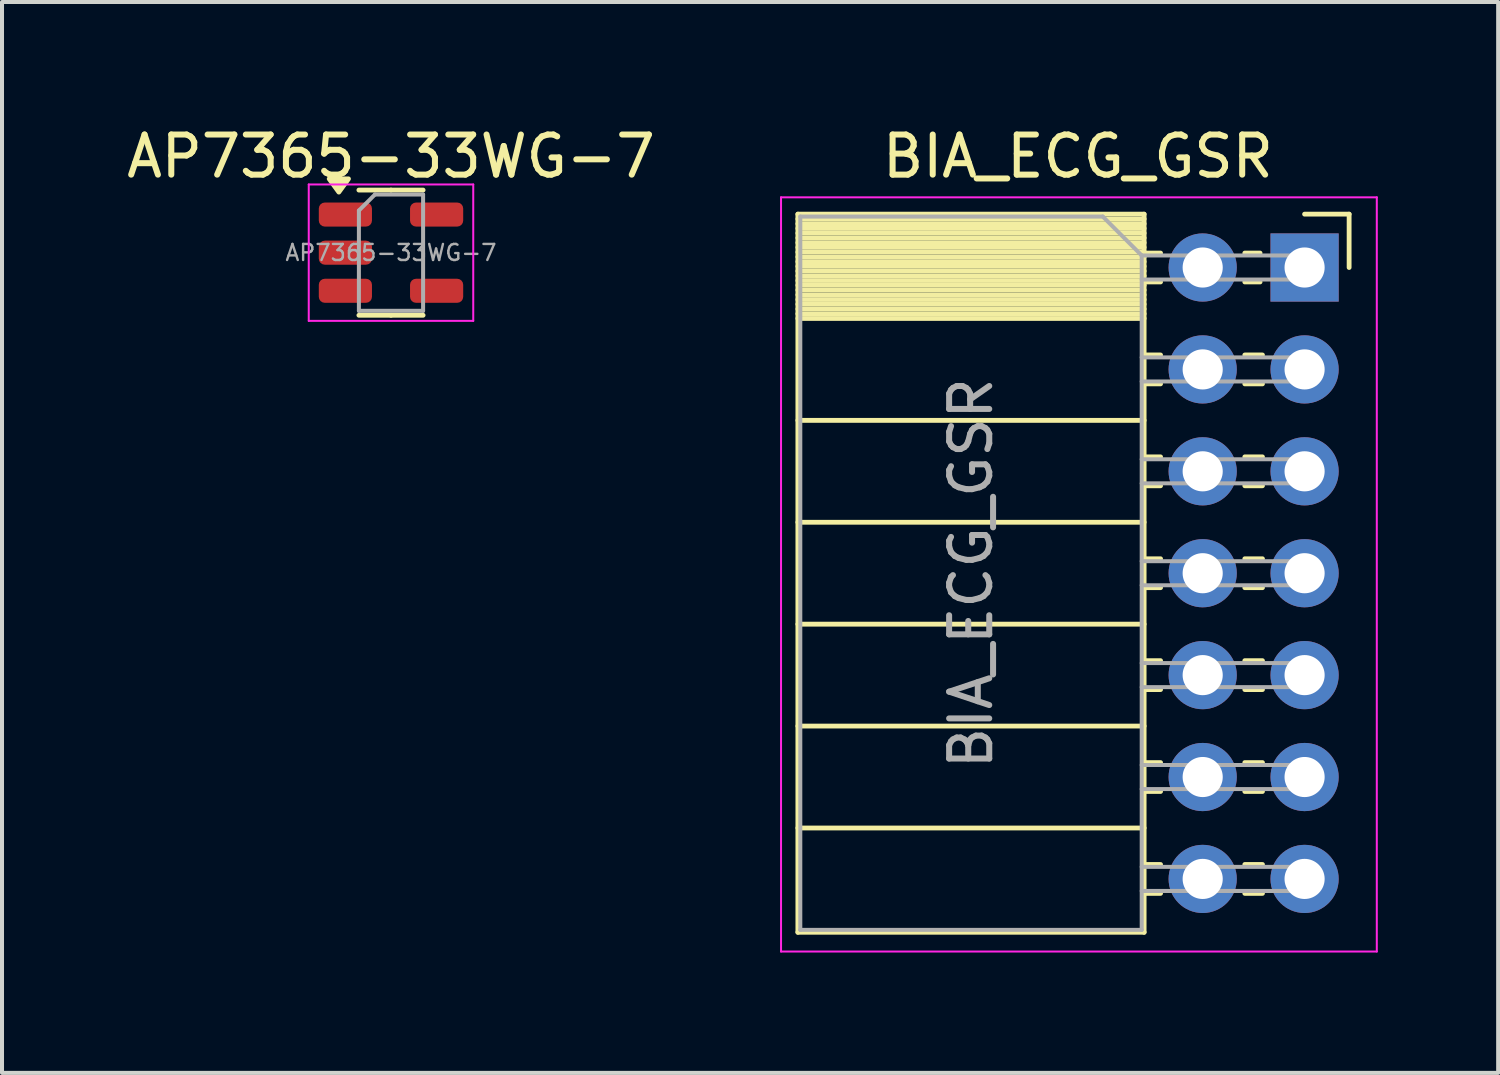
<source format=kicad_pcb>
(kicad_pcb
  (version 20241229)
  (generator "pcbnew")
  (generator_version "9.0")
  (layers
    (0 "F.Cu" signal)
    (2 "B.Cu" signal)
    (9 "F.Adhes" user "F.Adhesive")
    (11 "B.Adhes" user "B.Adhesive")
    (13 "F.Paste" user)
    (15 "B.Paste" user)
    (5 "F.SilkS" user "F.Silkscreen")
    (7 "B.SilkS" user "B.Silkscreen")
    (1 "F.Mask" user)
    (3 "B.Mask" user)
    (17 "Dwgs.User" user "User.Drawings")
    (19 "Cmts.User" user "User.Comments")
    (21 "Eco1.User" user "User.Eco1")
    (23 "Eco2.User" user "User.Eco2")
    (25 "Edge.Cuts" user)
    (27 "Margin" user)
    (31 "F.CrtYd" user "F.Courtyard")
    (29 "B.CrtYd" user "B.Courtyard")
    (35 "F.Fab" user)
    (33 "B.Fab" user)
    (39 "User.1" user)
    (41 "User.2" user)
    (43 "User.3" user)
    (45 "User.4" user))
  (footprint "BIA_ECG_GSR"
    (layer "F.Cu")
    (at 29.468 3.618)
    (property "Reference" "BIA_ECG_GSR" (at -5.65 -2.77 0) (layer "F.SilkS") (effects (font (size 1 1) (thickness 0.15))))
    (attr through_hole)
    (fp_line (start -12.63 -1.33) (end -12.63 16.57) (stroke (width 0.12) (type solid)) (layer "F.SilkS"))
    (fp_line (start -12.63 -1.33) (end -4 -1.33) (stroke (width 0.12) (type solid)) (layer "F.SilkS"))
    (fp_line (start -12.63 -1.21) (end -4 -1.21) (stroke (width 0.12) (type solid)) (layer "F.SilkS"))
    (fp_line (start -12.63 -1.092) (end -4 -1.092) (stroke (width 0.12) (type solid)) (layer "F.SilkS"))
    (fp_line (start -12.63 -0.974) (end -4 -0.974) (stroke (width 0.12) (type solid)) (layer "F.SilkS"))
    (fp_line (start -12.63 -0.856) (end -4 -0.856) (stroke (width 0.12) (type solid)) (layer "F.SilkS"))
    (fp_line (start -12.63 -0.738) (end -4 -0.738) (stroke (width 0.12) (type solid)) (layer "F.SilkS"))
    (fp_line (start -12.63 -0.62) (end -4 -0.62) (stroke (width 0.12) (type solid)) (layer "F.SilkS"))
    (fp_line (start -12.63 -0.501) (end -4 -0.501) (stroke (width 0.12) (type solid)) (layer "F.SilkS"))
    (fp_line (start -12.63 -0.383) (end -4 -0.383) (stroke (width 0.12) (type solid)) (layer "F.SilkS"))
    (fp_line (start -12.63 -0.265) (end -4 -0.265) (stroke (width 0.12) (type solid)) (layer "F.SilkS"))
    (fp_line (start -12.63 -0.147) (end -4 -0.147) (stroke (width 0.12) (type solid)) (layer "F.SilkS"))
    (fp_line (start -12.63 -0.029) (end -4 -0.029) (stroke (width 0.12) (type solid)) (layer "F.SilkS"))
    (fp_line (start -12.63 0.089) (end -4 0.089) (stroke (width 0.12) (type solid)) (layer "F.SilkS"))
    (fp_line (start -12.63 0.207) (end -4 0.207) (stroke (width 0.12) (type solid)) (layer "F.SilkS"))
    (fp_line (start -12.63 0.325) (end -4 0.325) (stroke (width 0.12) (type solid)) (layer "F.SilkS"))
    (fp_line (start -12.63 0.443) (end -4 0.443) (stroke (width 0.12) (type solid)) (layer "F.SilkS"))
    (fp_line (start -12.63 0.561) (end -4 0.561) (stroke (width 0.12) (type solid)) (layer "F.SilkS"))
    (fp_line (start -12.63 0.68) (end -4 0.68) (stroke (width 0.12) (type solid)) (layer "F.SilkS"))
    (fp_line (start -12.63 0.798) (end -4 0.798) (stroke (width 0.12) (type solid)) (layer "F.SilkS"))
    (fp_line (start -12.63 0.916) (end -4 0.916) (stroke (width 0.12) (type solid)) (layer "F.SilkS"))
    (fp_line (start -12.63 1.034) (end -4 1.034) (stroke (width 0.12) (type solid)) (layer "F.SilkS"))
    (fp_line (start -12.63 1.152) (end -4 1.152) (stroke (width 0.12) (type solid)) (layer "F.SilkS"))
    (fp_line (start -12.63 1.27) (end -4 1.27) (stroke (width 0.12) (type solid)) (layer "F.SilkS"))
    (fp_line (start -12.63 3.81) (end -4 3.81) (stroke (width 0.12) (type solid)) (layer "F.SilkS"))
    (fp_line (start -12.63 6.35) (end -4 6.35) (stroke (width 0.12) (type solid)) (layer "F.SilkS"))
    (fp_line (start -12.63 8.89) (end -4 8.89) (stroke (width 0.12) (type solid)) (layer "F.SilkS"))
    (fp_line (start -12.63 11.43) (end -4 11.43) (stroke (width 0.12) (type solid)) (layer "F.SilkS"))
    (fp_line (start -12.63 13.97) (end -4 13.97) (stroke (width 0.12) (type solid)) (layer "F.SilkS"))
    (fp_line (start -12.63 16.57) (end -4 16.57) (stroke (width 0.12) (type solid)) (layer "F.SilkS"))
    (fp_line (start -4 -1.33) (end -4 16.57) (stroke (width 0.12) (type solid)) (layer "F.SilkS"))
    (fp_line (start -4 -0.36) (end -3.59 -0.36) (stroke (width 0.12) (type solid)) (layer "F.SilkS"))
    (fp_line (start -4 0.36) (end -3.59 0.36) (stroke (width 0.12) (type solid)) (layer "F.SilkS"))
    (fp_line (start -4 2.18) (end -3.59 2.18) (stroke (width 0.12) (type solid)) (layer "F.SilkS"))
    (fp_line (start -4 2.9) (end -3.59 2.9) (stroke (width 0.12) (type solid)) (layer "F.SilkS"))
    (fp_line (start -4 4.72) (end -3.59 4.72) (stroke (width 0.12) (type solid)) (layer "F.SilkS"))
    (fp_line (start -4 5.44) (end -3.59 5.44) (stroke (width 0.12) (type solid)) (layer "F.SilkS"))
    (fp_line (start -4 7.26) (end -3.59 7.26) (stroke (width 0.12) (type solid)) (layer "F.SilkS"))
    (fp_line (start -4 7.98) (end -3.59 7.98) (stroke (width 0.12) (type solid)) (layer "F.SilkS"))
    (fp_line (start -4 9.8) (end -3.59 9.8) (stroke (width 0.12) (type solid)) (layer "F.SilkS"))
    (fp_line (start -4 10.52) (end -3.59 10.52) (stroke (width 0.12) (type solid)) (layer "F.SilkS"))
    (fp_line (start -4 12.34) (end -3.59 12.34) (stroke (width 0.12) (type solid)) (layer "F.SilkS"))
    (fp_line (start -4 13.06) (end -3.59 13.06) (stroke (width 0.12) (type solid)) (layer "F.SilkS"))
    (fp_line (start -4 14.88) (end -3.59 14.88) (stroke (width 0.12) (type solid)) (layer "F.SilkS"))
    (fp_line (start -4 15.6) (end -3.59 15.6) (stroke (width 0.12) (type solid)) (layer "F.SilkS"))
    (fp_line (start -1.49 -0.36) (end -1.11 -0.36) (stroke (width 0.12) (type solid)) (layer "F.SilkS"))
    (fp_line (start -1.49 0.36) (end -1.11 0.36) (stroke (width 0.12) (type solid)) (layer "F.SilkS"))
    (fp_line (start -1.49 2.18) (end -1.05 2.18) (stroke (width 0.12) (type solid)) (layer "F.SilkS"))
    (fp_line (start -1.49 2.9) (end -1.05 2.9) (stroke (width 0.12) (type solid)) (layer "F.SilkS"))
    (fp_line (start -1.49 4.72) (end -1.05 4.72) (stroke (width 0.12) (type solid)) (layer "F.SilkS"))
    (fp_line (start -1.49 5.44) (end -1.05 5.44) (stroke (width 0.12) (type solid)) (layer "F.SilkS"))
    (fp_line (start -1.49 7.26) (end -1.05 7.26) (stroke (width 0.12) (type solid)) (layer "F.SilkS"))
    (fp_line (start -1.49 7.98) (end -1.05 7.98) (stroke (width 0.12) (type solid)) (layer "F.SilkS"))
    (fp_line (start -1.49 9.8) (end -1.05 9.8) (stroke (width 0.12) (type solid)) (layer "F.SilkS"))
    (fp_line (start -1.49 10.52) (end -1.05 10.52) (stroke (width 0.12) (type solid)) (layer "F.SilkS"))
    (fp_line (start -1.49 12.34) (end -1.05 12.34) (stroke (width 0.12) (type solid)) (layer "F.SilkS"))
    (fp_line (start -1.49 13.06) (end -1.05 13.06) (stroke (width 0.12) (type solid)) (layer "F.SilkS"))
    (fp_line (start -1.49 14.88) (end -1.05 14.88) (stroke (width 0.12) (type solid)) (layer "F.SilkS"))
    (fp_line (start -1.49 15.6) (end -1.05 15.6) (stroke (width 0.12) (type solid)) (layer "F.SilkS"))
    (fp_line (start 0 -1.33) (end 1.11 -1.33) (stroke (width 0.12) (type solid)) (layer "F.SilkS"))
    (fp_line (start 1.11 -1.33) (end 1.11 0) (stroke (width 0.12) (type solid)) (layer "F.SilkS"))
    (fp_line (start -13.05 -1.75) (end -13.05 17.05) (stroke (width 0.05) (type solid)) (layer "F.CrtYd"))
    (fp_line (start -13.05 17.05) (end 1.8 17.05) (stroke (width 0.05) (type solid)) (layer "F.CrtYd"))
    (fp_line (start 1.8 -1.75) (end -13.05 -1.75) (stroke (width 0.05) (type solid)) (layer "F.CrtYd"))
    (fp_line (start 1.8 17.05) (end 1.8 -1.75) (stroke (width 0.05) (type solid)) (layer "F.CrtYd"))
    (fp_line (start -12.57 -1.27) (end -5.03 -1.27) (stroke (width 0.1) (type solid)) (layer "F.Fab"))
    (fp_line (start -12.57 16.51) (end -12.57 -1.27) (stroke (width 0.1) (type solid)) (layer "F.Fab"))
    (fp_line (start -5.03 -1.27) (end -4.06 -0.3) (stroke (width 0.1) (type solid)) (layer "F.Fab"))
    (fp_line (start -4.06 -0.3) (end -4.06 16.51) (stroke (width 0.1) (type solid)) (layer "F.Fab"))
    (fp_line (start -4.06 0.3) (end 0 0.3) (stroke (width 0.1) (type solid)) (layer "F.Fab"))
    (fp_line (start -4.06 2.84) (end 0 2.84) (stroke (width 0.1) (type solid)) (layer "F.Fab"))
    (fp_line (start -4.06 5.38) (end 0 5.38) (stroke (width 0.1) (type solid)) (layer "F.Fab"))
    (fp_line (start -4.06 7.92) (end 0 7.92) (stroke (width 0.1) (type solid)) (layer "F.Fab"))
    (fp_line (start -4.06 10.46) (end 0 10.46) (stroke (width 0.1) (type solid)) (layer "F.Fab"))
    (fp_line (start -4.06 13) (end 0 13) (stroke (width 0.1) (type solid)) (layer "F.Fab"))
    (fp_line (start -4.06 15.54) (end 0 15.54) (stroke (width 0.1) (type solid)) (layer "F.Fab"))
    (fp_line (start -4.06 16.51) (end -12.57 16.51) (stroke (width 0.1) (type solid)) (layer "F.Fab"))
    (fp_line (start 0 -0.3) (end -4.06 -0.3) (stroke (width 0.1) (type solid)) (layer "F.Fab"))
    (fp_line (start 0 0.3) (end 0 -0.3) (stroke (width 0.1) (type solid)) (layer "F.Fab"))
    (fp_line (start 0 2.24) (end -4.06 2.24) (stroke (width 0.1) (type solid)) (layer "F.Fab"))
    (fp_line (start 0 2.84) (end 0 2.24) (stroke (width 0.1) (type solid)) (layer "F.Fab"))
    (fp_line (start 0 4.78) (end -4.06 4.78) (stroke (width 0.1) (type solid)) (layer "F.Fab"))
    (fp_line (start 0 5.38) (end 0 4.78) (stroke (width 0.1) (type solid)) (layer "F.Fab"))
    (fp_line (start 0 7.32) (end -4.06 7.32) (stroke (width 0.1) (type solid)) (layer "F.Fab"))
    (fp_line (start 0 7.92) (end 0 7.32) (stroke (width 0.1) (type solid)) (layer "F.Fab"))
    (fp_line (start 0 9.86) (end -4.06 9.86) (stroke (width 0.1) (type solid)) (layer "F.Fab"))
    (fp_line (start 0 10.46) (end 0 9.86) (stroke (width 0.1) (type solid)) (layer "F.Fab"))
    (fp_line (start 0 12.4) (end -4.06 12.4) (stroke (width 0.1) (type solid)) (layer "F.Fab"))
    (fp_line (start 0 13) (end 0 12.4) (stroke (width 0.1) (type solid)) (layer "F.Fab"))
    (fp_line (start 0 14.94) (end -4.06 14.94) (stroke (width 0.1) (type solid)) (layer "F.Fab"))
    (fp_line (start 0 15.54) (end 0 14.94) (stroke (width 0.1) (type solid)) (layer "F.Fab"))
    (fp_text user "${REFERENCE}" (at -8.315 7.62 90) (layer "F.Fab") (effects (font (size 1 1) (thickness 0.15))))
    (pad "1" thru_hole rect (at 0 0) (size 1.7 1.7) (drill 1) (layers "*.Cu" "*.Mask"))
    (pad "2" thru_hole oval (at -2.54 0) (size 1.7 1.7) (drill 1) (layers "*.Cu" "*.Mask"))
    (pad "3" thru_hole oval (at 0 2.54) (size 1.7 1.7) (drill 1) (layers "*.Cu" "*.Mask"))
    (pad "4" thru_hole oval (at -2.54 2.54) (size 1.7 1.7) (drill 1) (layers "*.Cu" "*.Mask"))
    (pad "5" thru_hole oval (at 0 5.08) (size 1.7 1.7) (drill 1) (layers "*.Cu" "*.Mask"))
    (pad "6" thru_hole oval (at -2.54 5.08) (size 1.7 1.7) (drill 1) (layers "*.Cu" "*.Mask"))
    (pad "7" thru_hole oval (at 0 7.62) (size 1.7 1.7) (drill 1) (layers "*.Cu" "*.Mask"))
    (pad "8" thru_hole oval (at -2.54 7.62) (size 1.7 1.7) (drill 1) (layers "*.Cu" "*.Mask"))
    (pad "9" thru_hole oval (at 0 10.16) (size 1.7 1.7) (drill 1) (layers "*.Cu" "*.Mask"))
    (pad "10" thru_hole oval (at -2.54 10.16) (size 1.7 1.7) (drill 1) (layers "*.Cu" "*.Mask"))
    (pad "11" thru_hole oval (at 0 12.7) (size 1.7 1.7) (drill 1) (layers "*.Cu" "*.Mask"))
    (pad "12" thru_hole oval (at -2.54 12.7) (size 1.7 1.7) (drill 1) (layers "*.Cu" "*.Mask"))
    (pad "13" thru_hole oval (at 0 15.24) (size 1.7 1.7) (drill 1) (layers "*.Cu" "*.Mask"))
    (pad "14" thru_hole oval (at -2.54 15.24) (size 1.7 1.7) (drill 1) (layers "*.Cu" "*.Mask")))
  (footprint "AP7365-33WG-7"
    (layer "F.Cu")
    (at 6.696 3.248)
    (property "Reference" "AP7365-33WG-7" (at 0 -2.4 0) (layer "F.SilkS") (effects (font (size 1 1) (thickness 0.15))))
    (attr smd)
    (fp_line (start 0 -1.56) (end -0.8 -1.56) (stroke (width 0.12) (type solid)) (layer "F.SilkS"))
    (fp_line (start 0 -1.56) (end 0.8 -1.56) (stroke (width 0.12) (type solid)) (layer "F.SilkS"))
    (fp_line (start 0 1.56) (end -0.8 1.56) (stroke (width 0.12) (type solid)) (layer "F.SilkS"))
    (fp_line (start 0 1.56) (end 0.8 1.56) (stroke (width 0.12) (type solid)) (layer "F.SilkS"))
    (fp_poly (pts (xy -1.3 -1.51) (xy -1.54 -1.84) (xy -1.06 -1.84) (xy -1.3 -1.51)) (stroke (width 0.12) (type solid)) (fill yes) (layer "F.SilkS"))
    (fp_line (start -2.05 -1.7) (end -2.05 1.7) (stroke (width 0.05) (type solid)) (layer "F.CrtYd"))
    (fp_line (start -2.05 1.7) (end 2.05 1.7) (stroke (width 0.05) (type solid)) (layer "F.CrtYd"))
    (fp_line (start 2.05 -1.7) (end -2.05 -1.7) (stroke (width 0.05) (type solid)) (layer "F.CrtYd"))
    (fp_line (start 2.05 1.7) (end 2.05 -1.7) (stroke (width 0.05) (type solid)) (layer "F.CrtYd"))
    (fp_line (start -0.8 -1.05) (end -0.4 -1.45) (stroke (width 0.1) (type solid)) (layer "F.Fab"))
    (fp_line (start -0.8 1.45) (end -0.8 -1.05) (stroke (width 0.1) (type solid)) (layer "F.Fab"))
    (fp_line (start -0.4 -1.45) (end 0.8 -1.45) (stroke (width 0.1) (type solid)) (layer "F.Fab"))
    (fp_line (start 0.8 -1.45) (end 0.8 1.45) (stroke (width 0.1) (type solid)) (layer "F.Fab"))
    (fp_line (start 0.8 1.45) (end -0.8 1.45) (stroke (width 0.1) (type solid)) (layer "F.Fab"))
    (fp_text user "${REFERENCE}" (at 0 0 0) (layer "F.Fab") (effects (font (size 0.4 0.4) (thickness 0.06))))
    (pad "1" smd roundrect (at -1.137 -0.95) (size 1.325 0.6) (layers "F.Cu" "F.Mask" "F.Paste") (roundrect_rratio 0.25))
    (pad "2" smd roundrect (at -1.137 0) (size 1.325 0.6) (layers "F.Cu" "F.Mask" "F.Paste") (roundrect_rratio 0.25))
    (pad "3" smd roundrect (at -1.137 0.95) (size 1.325 0.6) (layers "F.Cu" "F.Mask" "F.Paste") (roundrect_rratio 0.25))
    (pad "4" smd roundrect (at 1.137 0.95) (size 1.325 0.6) (layers "F.Cu" "F.Mask" "F.Paste") (roundrect_rratio 0.25))
    (pad "5" smd roundrect (at 1.137 -0.95) (size 1.325 0.6) (layers "F.Cu" "F.Mask" "F.Paste") (roundrect_rratio 0.25)))
  (gr_rect
    (start -3 -3)
    (end 34.293 23.693)
    (stroke (width 0.1) (type default))
    (fill no)
    (layer "Edge.Cuts")))
</source>
